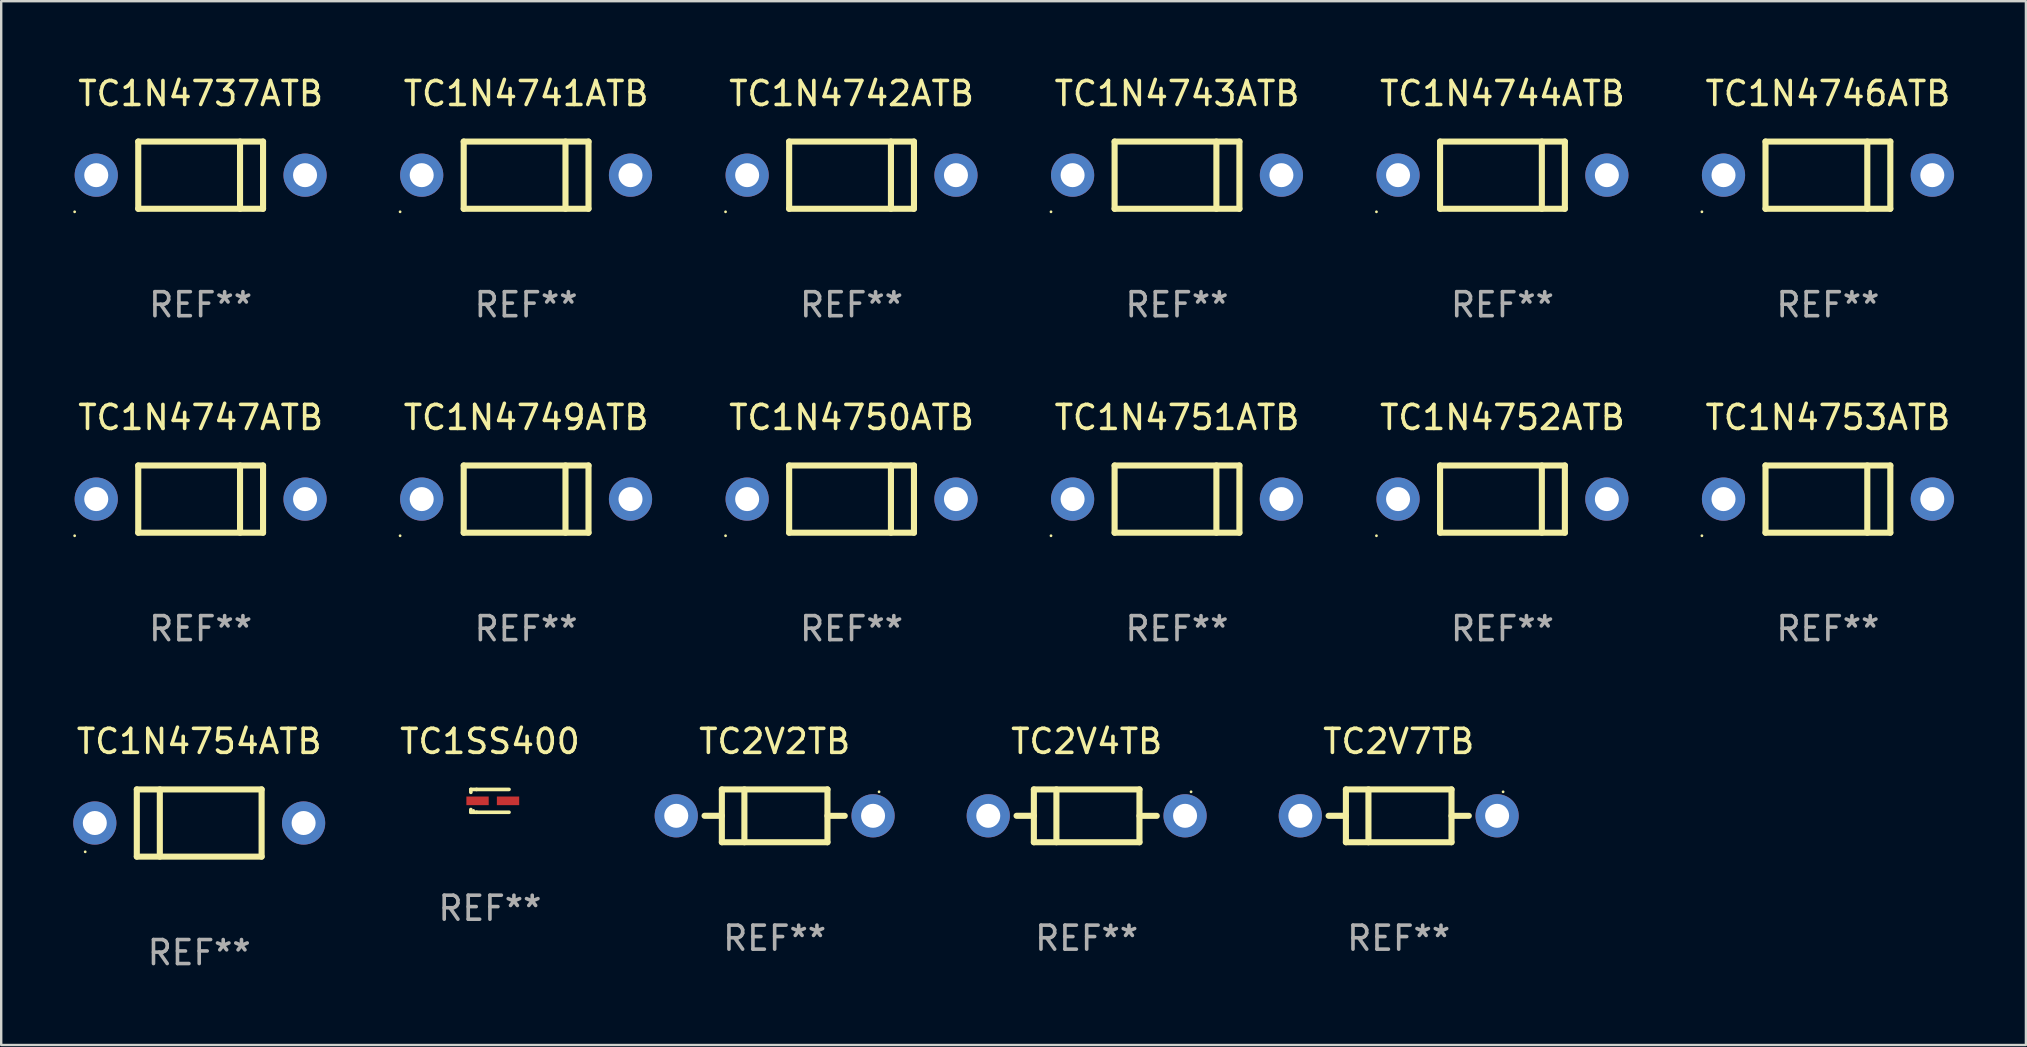
<source format=kicad_pcb>
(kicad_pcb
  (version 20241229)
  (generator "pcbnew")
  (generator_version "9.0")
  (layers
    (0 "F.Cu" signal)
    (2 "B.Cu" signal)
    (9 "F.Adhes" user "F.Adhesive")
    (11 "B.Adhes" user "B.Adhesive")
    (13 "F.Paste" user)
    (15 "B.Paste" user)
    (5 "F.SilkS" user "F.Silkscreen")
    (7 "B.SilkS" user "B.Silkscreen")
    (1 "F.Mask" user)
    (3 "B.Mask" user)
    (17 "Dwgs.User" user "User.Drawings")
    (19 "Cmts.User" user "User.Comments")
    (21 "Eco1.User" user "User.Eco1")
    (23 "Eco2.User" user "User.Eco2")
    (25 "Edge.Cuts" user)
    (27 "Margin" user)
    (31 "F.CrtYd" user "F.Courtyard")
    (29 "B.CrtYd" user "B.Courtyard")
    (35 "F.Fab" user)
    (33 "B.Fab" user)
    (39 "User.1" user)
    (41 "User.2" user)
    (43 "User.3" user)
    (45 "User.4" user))
  (footprint "TC1N4750ATB"
    (layer "F.Cu")
    (at 32.43 17.745)
    (property "Reference" "TC1N4750ATB" (at 0 -3.4 0) (layer "F.SilkS") (effects (font (size 1 1) (thickness 0.15))))
    (attr through_hole)
    (fp_line (start -2.6 1.4) (end -2.6 -1.4) (stroke (width 0.254) (type solid)) (layer "F.SilkS"))
    (fp_line (start 1.641 1.4) (end 1.641 -1.4) (stroke (width 0.254) (type solid)) (layer "F.SilkS"))
    (fp_line (start 2.6 -1.4) (end -2.6 -1.4) (stroke (width 0.254) (type solid)) (layer "F.SilkS"))
    (fp_line (start 2.6 1.4) (end -2.6 1.4) (stroke (width 0.254) (type solid)) (layer "F.SilkS"))
    (fp_line (start 2.6 1.4) (end 2.6 -1.4) (stroke (width 0.254) (type solid)) (layer "F.SilkS"))
    (fp_circle (center -5.25 1.527) (end -5.22 1.527) (stroke (width 0.06) (type solid)) (fill no) (layer "F.SilkS"))
    (fp_text user "REF**" (at 0 5.4 0) (layer "F.Fab") (effects (font (size 1 1) (thickness 0.15))))
    (pad "1" thru_hole circle (at -4.35 0) (size 1.8 1.8) (drill 1) (layers "*.Cu" "*.Mask"))
    (pad "2" thru_hole circle (at 4.35 0) (size 1.8 1.8) (drill 1) (layers "*.Cu" "*.Mask")))
  (footprint "TC1N4746ATB"
    (layer "F.Cu")
    (at 73.11 4.248)
    (property "Reference" "TC1N4746ATB" (at 0 -3.4 0) (layer "F.SilkS") (effects (font (size 1 1) (thickness 0.15))))
    (attr through_hole)
    (fp_line (start -2.6 1.4) (end -2.6 -1.4) (stroke (width 0.254) (type solid)) (layer "F.SilkS"))
    (fp_line (start 1.641 1.4) (end 1.641 -1.4) (stroke (width 0.254) (type solid)) (layer "F.SilkS"))
    (fp_line (start 2.6 -1.4) (end -2.6 -1.4) (stroke (width 0.254) (type solid)) (layer "F.SilkS"))
    (fp_line (start 2.6 1.4) (end -2.6 1.4) (stroke (width 0.254) (type solid)) (layer "F.SilkS"))
    (fp_line (start 2.6 1.4) (end 2.6 -1.4) (stroke (width 0.254) (type solid)) (layer "F.SilkS"))
    (fp_circle (center -5.25 1.527) (end -5.22 1.527) (stroke (width 0.06) (type solid)) (fill no) (layer "F.SilkS"))
    (fp_text user "REF**" (at 0 5.4 0) (layer "F.Fab") (effects (font (size 1 1) (thickness 0.15))))
    (pad "1" thru_hole circle (at -4.35 0) (size 1.8 1.8) (drill 1) (layers "*.Cu" "*.Mask"))
    (pad "2" thru_hole circle (at 4.35 0) (size 1.8 1.8) (drill 1) (layers "*.Cu" "*.Mask")))
  (footprint "TC1N4754ATB"
    (layer "F.Cu")
    (at 5.25 31.241)
    (property "Reference" "TC1N4754ATB" (at 0 -3.4 0) (layer "F.SilkS") (effects (font (size 1 1) (thickness 0.15))))
    (attr through_hole)
    (fp_line (start -2.6 -1.4) (end -2.6 1.4) (stroke (width 0.254) (type solid)) (layer "F.SilkS"))
    (fp_line (start -2.6 -1.4) (end 2.6 -1.4) (stroke (width 0.254) (type solid)) (layer "F.SilkS"))
    (fp_line (start -2.6 1.4) (end 2.6 1.4) (stroke (width 0.254) (type solid)) (layer "F.SilkS"))
    (fp_line (start -1.641 -1.4) (end -1.641 1.4) (stroke (width 0.254) (type solid)) (layer "F.SilkS"))
    (fp_line (start 2.6 -1.4) (end 2.6 1.4) (stroke (width 0.254) (type solid)) (layer "F.SilkS"))
    (fp_circle (center -4.75 1.2) (end -4.72 1.2) (stroke (width 0.06) (type solid)) (fill no) (layer "F.SilkS"))
    (fp_text user "REF**" (at 0 5.4 0) (layer "F.Fab") (effects (font (size 1 1) (thickness 0.15))))
    (pad "1" thru_hole circle (at -4.35 0) (size 1.8 1.8) (drill 1) (layers "*.Cu" "*.Mask"))
    (pad "2" thru_hole circle (at 4.35 0) (size 1.8 1.8) (drill 1) (layers "*.Cu" "*.Mask")))
  (footprint "TC1N4742ATB"
    (layer "F.Cu")
    (at 32.43 4.248)
    (property "Reference" "TC1N4742ATB" (at 0 -3.4 0) (layer "F.SilkS") (effects (font (size 1 1) (thickness 0.15))))
    (attr through_hole)
    (fp_line (start -2.6 1.4) (end -2.6 -1.4) (stroke (width 0.254) (type solid)) (layer "F.SilkS"))
    (fp_line (start 1.641 1.4) (end 1.641 -1.4) (stroke (width 0.254) (type solid)) (layer "F.SilkS"))
    (fp_line (start 2.6 -1.4) (end -2.6 -1.4) (stroke (width 0.254) (type solid)) (layer "F.SilkS"))
    (fp_line (start 2.6 1.4) (end -2.6 1.4) (stroke (width 0.254) (type solid)) (layer "F.SilkS"))
    (fp_line (start 2.6 1.4) (end 2.6 -1.4) (stroke (width 0.254) (type solid)) (layer "F.SilkS"))
    (fp_circle (center -5.25 1.527) (end -5.22 1.527) (stroke (width 0.06) (type solid)) (fill no) (layer "F.SilkS"))
    (fp_text user "REF**" (at 0 5.4 0) (layer "F.Fab") (effects (font (size 1 1) (thickness 0.15))))
    (pad "1" thru_hole circle (at -4.35 0) (size 1.8 1.8) (drill 1) (layers "*.Cu" "*.Mask"))
    (pad "2" thru_hole circle (at 4.35 0) (size 1.8 1.8) (drill 1) (layers "*.Cu" "*.Mask")))
  (footprint "TC1N4752ATB"
    (layer "F.Cu")
    (at 59.55 17.745)
    (property "Reference" "TC1N4752ATB" (at 0 -3.4 0) (layer "F.SilkS") (effects (font (size 1 1) (thickness 0.15))))
    (attr through_hole)
    (fp_line (start -2.6 1.4) (end -2.6 -1.4) (stroke (width 0.254) (type solid)) (layer "F.SilkS"))
    (fp_line (start 1.641 1.4) (end 1.641 -1.4) (stroke (width 0.254) (type solid)) (layer "F.SilkS"))
    (fp_line (start 2.6 -1.4) (end -2.6 -1.4) (stroke (width 0.254) (type solid)) (layer "F.SilkS"))
    (fp_line (start 2.6 1.4) (end -2.6 1.4) (stroke (width 0.254) (type solid)) (layer "F.SilkS"))
    (fp_line (start 2.6 1.4) (end 2.6 -1.4) (stroke (width 0.254) (type solid)) (layer "F.SilkS"))
    (fp_circle (center -5.25 1.527) (end -5.22 1.527) (stroke (width 0.06) (type solid)) (fill no) (layer "F.SilkS"))
    (fp_text user "REF**" (at 0 5.4 0) (layer "F.Fab") (effects (font (size 1 1) (thickness 0.15))))
    (pad "1" thru_hole circle (at -4.35 0) (size 1.8 1.8) (drill 1) (layers "*.Cu" "*.Mask"))
    (pad "2" thru_hole circle (at 4.35 0) (size 1.8 1.8) (drill 1) (layers "*.Cu" "*.Mask")))
  (footprint "TC1N4743ATB"
    (layer "F.Cu")
    (at 45.99 4.248)
    (property "Reference" "TC1N4743ATB" (at 0 -3.4 0) (layer "F.SilkS") (effects (font (size 1 1) (thickness 0.15))))
    (attr through_hole)
    (fp_line (start -2.6 1.4) (end -2.6 -1.4) (stroke (width 0.254) (type solid)) (layer "F.SilkS"))
    (fp_line (start 1.641 1.4) (end 1.641 -1.4) (stroke (width 0.254) (type solid)) (layer "F.SilkS"))
    (fp_line (start 2.6 -1.4) (end -2.6 -1.4) (stroke (width 0.254) (type solid)) (layer "F.SilkS"))
    (fp_line (start 2.6 1.4) (end -2.6 1.4) (stroke (width 0.254) (type solid)) (layer "F.SilkS"))
    (fp_line (start 2.6 1.4) (end 2.6 -1.4) (stroke (width 0.254) (type solid)) (layer "F.SilkS"))
    (fp_circle (center -5.25 1.527) (end -5.22 1.527) (stroke (width 0.06) (type solid)) (fill no) (layer "F.SilkS"))
    (fp_text user "REF**" (at 0 5.4 0) (layer "F.Fab") (effects (font (size 1 1) (thickness 0.15))))
    (pad "1" thru_hole circle (at -4.35 0) (size 1.8 1.8) (drill 1) (layers "*.Cu" "*.Mask"))
    (pad "2" thru_hole circle (at 4.35 0) (size 1.8 1.8) (drill 1) (layers "*.Cu" "*.Mask")))
  (footprint "TC2V2TB"
    (layer "F.Cu")
    (at 29.226 30.941)
    (property "Reference" "TC2V2TB" (at 0 -3.1 0) (layer "F.SilkS") (effects (font (size 1 1) (thickness 0.15))))
    (attr through_hole)
    (fp_line (start -2.2 -1.1) (end -2.2 1.1) (stroke (width 0.254) (type solid)) (layer "F.SilkS"))
    (fp_line (start -2.2 -1.1) (end 2.2 -1.1) (stroke (width 0.254) (type solid)) (layer "F.SilkS"))
    (fp_line (start -2.2 -0.001) (end -2.921 -0.001) (stroke (width 0.254) (type solid)) (layer "F.SilkS"))
    (fp_line (start -2.2 1.1) (end 2.2 1.1) (stroke (width 0.254) (type solid)) (layer "F.SilkS"))
    (fp_line (start -1.261 -1.1) (end -1.261 1.1) (stroke (width 0.254) (type solid)) (layer "F.SilkS"))
    (fp_line (start 2.2 -1.1) (end 2.2 1.1) (stroke (width 0.254) (type solid)) (layer "F.SilkS"))
    (fp_line (start 2.2 0.001) (end 2.921 0.001) (stroke (width 0.254) (type solid)) (layer "F.SilkS"))
    (fp_circle (center 4.35 -1) (end 4.38 -1) (stroke (width 0.06) (type solid)) (fill no) (layer "F.SilkS"))
    (fp_text user "REF**" (at 0 5.1 0) (layer "F.Fab") (effects (font (size 1 1) (thickness 0.15))))
    (pad "1" thru_hole circle (at 4.1 0) (size 1.8 1.8) (drill 1) (layers "*.Cu" "*.Mask"))
    (pad "2" thru_hole circle (at -4.1 0) (size 1.8 1.8) (drill 1) (layers "*.Cu" "*.Mask")))
  (footprint "TC1N4751ATB"
    (layer "F.Cu")
    (at 45.99 17.745)
    (property "Reference" "TC1N4751ATB" (at 0 -3.4 0) (layer "F.SilkS") (effects (font (size 1 1) (thickness 0.15))))
    (attr through_hole)
    (fp_line (start -2.6 1.4) (end -2.6 -1.4) (stroke (width 0.254) (type solid)) (layer "F.SilkS"))
    (fp_line (start 1.641 1.4) (end 1.641 -1.4) (stroke (width 0.254) (type solid)) (layer "F.SilkS"))
    (fp_line (start 2.6 -1.4) (end -2.6 -1.4) (stroke (width 0.254) (type solid)) (layer "F.SilkS"))
    (fp_line (start 2.6 1.4) (end -2.6 1.4) (stroke (width 0.254) (type solid)) (layer "F.SilkS"))
    (fp_line (start 2.6 1.4) (end 2.6 -1.4) (stroke (width 0.254) (type solid)) (layer "F.SilkS"))
    (fp_circle (center -5.25 1.527) (end -5.22 1.527) (stroke (width 0.06) (type solid)) (fill no) (layer "F.SilkS"))
    (fp_text user "REF**" (at 0 5.4 0) (layer "F.Fab") (effects (font (size 1 1) (thickness 0.15))))
    (pad "1" thru_hole circle (at -4.35 0) (size 1.8 1.8) (drill 1) (layers "*.Cu" "*.Mask"))
    (pad "2" thru_hole circle (at 4.35 0) (size 1.8 1.8) (drill 1) (layers "*.Cu" "*.Mask")))
  (footprint "TC1N4753ATB"
    (layer "F.Cu")
    (at 73.11 17.745)
    (property "Reference" "TC1N4753ATB" (at 0 -3.4 0) (layer "F.SilkS") (effects (font (size 1 1) (thickness 0.15))))
    (attr through_hole)
    (fp_line (start -2.6 1.4) (end -2.6 -1.4) (stroke (width 0.254) (type solid)) (layer "F.SilkS"))
    (fp_line (start 1.641 1.4) (end 1.641 -1.4) (stroke (width 0.254) (type solid)) (layer "F.SilkS"))
    (fp_line (start 2.6 -1.4) (end -2.6 -1.4) (stroke (width 0.254) (type solid)) (layer "F.SilkS"))
    (fp_line (start 2.6 1.4) (end -2.6 1.4) (stroke (width 0.254) (type solid)) (layer "F.SilkS"))
    (fp_line (start 2.6 1.4) (end 2.6 -1.4) (stroke (width 0.254) (type solid)) (layer "F.SilkS"))
    (fp_circle (center -5.25 1.527) (end -5.22 1.527) (stroke (width 0.06) (type solid)) (fill no) (layer "F.SilkS"))
    (fp_text user "REF**" (at 0 5.4 0) (layer "F.Fab") (effects (font (size 1 1) (thickness 0.15))))
    (pad "1" thru_hole circle (at -4.35 0) (size 1.8 1.8) (drill 1) (layers "*.Cu" "*.Mask"))
    (pad "2" thru_hole circle (at 4.35 0) (size 1.8 1.8) (drill 1) (layers "*.Cu" "*.Mask")))
  (footprint "TC2V7TB"
    (layer "F.Cu")
    (at 55.227 30.941)
    (property "Reference" "TC2V7TB" (at 0 -3.1 0) (layer "F.SilkS") (effects (font (size 1 1) (thickness 0.15))))
    (attr through_hole)
    (fp_line (start -2.2 -1.1) (end -2.2 1.1) (stroke (width 0.254) (type solid)) (layer "F.SilkS"))
    (fp_line (start -2.2 -1.1) (end 2.2 -1.1) (stroke (width 0.254) (type solid)) (layer "F.SilkS"))
    (fp_line (start -2.2 -0.001) (end -2.921 -0.001) (stroke (width 0.254) (type solid)) (layer "F.SilkS"))
    (fp_line (start -2.2 1.1) (end 2.2 1.1) (stroke (width 0.254) (type solid)) (layer "F.SilkS"))
    (fp_line (start -1.261 -1.1) (end -1.261 1.1) (stroke (width 0.254) (type solid)) (layer "F.SilkS"))
    (fp_line (start 2.2 -1.1) (end 2.2 1.1) (stroke (width 0.254) (type solid)) (layer "F.SilkS"))
    (fp_line (start 2.2 0.001) (end 2.921 0.001) (stroke (width 0.254) (type solid)) (layer "F.SilkS"))
    (fp_circle (center 4.35 -1) (end 4.38 -1) (stroke (width 0.06) (type solid)) (fill no) (layer "F.SilkS"))
    (fp_text user "REF**" (at 0 5.1 0) (layer "F.Fab") (effects (font (size 1 1) (thickness 0.15))))
    (pad "1" thru_hole circle (at 4.1 0) (size 1.8 1.8) (drill 1) (layers "*.Cu" "*.Mask"))
    (pad "2" thru_hole circle (at -4.1 0) (size 1.8 1.8) (drill 1) (layers "*.Cu" "*.Mask")))
  (footprint "TC1N4744ATB"
    (layer "F.Cu")
    (at 59.55 4.248)
    (property "Reference" "TC1N4744ATB" (at 0 -3.4 0) (layer "F.SilkS") (effects (font (size 1 1) (thickness 0.15))))
    (attr through_hole)
    (fp_line (start -2.6 1.4) (end -2.6 -1.4) (stroke (width 0.254) (type solid)) (layer "F.SilkS"))
    (fp_line (start 1.641 1.4) (end 1.641 -1.4) (stroke (width 0.254) (type solid)) (layer "F.SilkS"))
    (fp_line (start 2.6 -1.4) (end -2.6 -1.4) (stroke (width 0.254) (type solid)) (layer "F.SilkS"))
    (fp_line (start 2.6 1.4) (end -2.6 1.4) (stroke (width 0.254) (type solid)) (layer "F.SilkS"))
    (fp_line (start 2.6 1.4) (end 2.6 -1.4) (stroke (width 0.254) (type solid)) (layer "F.SilkS"))
    (fp_circle (center -5.25 1.527) (end -5.22 1.527) (stroke (width 0.06) (type solid)) (fill no) (layer "F.SilkS"))
    (fp_text user "REF**" (at 0 5.4 0) (layer "F.Fab") (effects (font (size 1 1) (thickness 0.15))))
    (pad "1" thru_hole circle (at -4.35 0) (size 1.8 1.8) (drill 1) (layers "*.Cu" "*.Mask"))
    (pad "2" thru_hole circle (at 4.35 0) (size 1.8 1.8) (drill 1) (layers "*.Cu" "*.Mask")))
  (footprint "TC1N4737ATB"
    (layer "F.Cu")
    (at 5.31 4.248)
    (property "Reference" "TC1N4737ATB" (at 0 -3.4 0) (layer "F.SilkS") (effects (font (size 1 1) (thickness 0.15))))
    (attr through_hole)
    (fp_line (start -2.6 1.4) (end -2.6 -1.4) (stroke (width 0.254) (type solid)) (layer "F.SilkS"))
    (fp_line (start 1.641 1.4) (end 1.641 -1.4) (stroke (width 0.254) (type solid)) (layer "F.SilkS"))
    (fp_line (start 2.6 -1.4) (end -2.6 -1.4) (stroke (width 0.254) (type solid)) (layer "F.SilkS"))
    (fp_line (start 2.6 1.4) (end -2.6 1.4) (stroke (width 0.254) (type solid)) (layer "F.SilkS"))
    (fp_line (start 2.6 1.4) (end 2.6 -1.4) (stroke (width 0.254) (type solid)) (layer "F.SilkS"))
    (fp_circle (center -5.25 1.527) (end -5.22 1.527) (stroke (width 0.06) (type solid)) (fill no) (layer "F.SilkS"))
    (fp_text user "REF**" (at 0 5.4 0) (layer "F.Fab") (effects (font (size 1 1) (thickness 0.15))))
    (pad "1" thru_hole circle (at -4.35 0) (size 1.8 1.8) (drill 1) (layers "*.Cu" "*.Mask"))
    (pad "2" thru_hole circle (at 4.35 0) (size 1.8 1.8) (drill 1) (layers "*.Cu" "*.Mask")))
  (footprint "TC1SS400"
    (layer "F.Cu")
    (at 17.363 30.317)
    (property "Reference" "TC1SS400" (at 0 -2.476 0) (layer "F.SilkS") (effects (font (size 1 1) (thickness 0.15))))
    (attr through_hole)
    (fp_line (start -0.795 -0.476) (end -0.795 -0.356) (stroke (width 0.152) (type solid)) (layer "F.SilkS"))
    (fp_line (start -0.795 0.363) (end -0.795 0.476) (stroke (width 0.152) (type solid)) (layer "F.SilkS"))
    (fp_line (start -0.795 0.476) (end -0.557 0.476) (stroke (width 0.152) (type solid)) (layer "F.SilkS"))
    (fp_line (start -0.557 -0.476) (end -0.795 -0.476) (stroke (width 0.152) (type solid)) (layer "F.SilkS"))
    (fp_line (start -0.557 -0.476) (end 0.795 -0.476) (stroke (width 0.152) (type solid)) (layer "F.SilkS"))
    (fp_line (start -0.557 0.476) (end 0.795 0.476) (stroke (width 0.152) (type solid)) (layer "F.SilkS"))
    (fp_circle (center -0.681 0.4) (end -0.651 0.4) (stroke (width 0.06) (type solid)) (fill no) (layer "F.SilkS"))
    (fp_text user "REF**" (at 0 4.476 0) (layer "F.Fab") (effects (font (size 1 1) (thickness 0.15))))
    (pad "1" smd rect (at -0.516 0 180) (size 0.93 0.36) (layers "F.Cu" "F.Mask" "F.Paste"))
    (pad "2" smd rect (at 0.754 0 180) (size 0.93 0.36) (layers "F.Cu" "F.Mask" "F.Paste")))
  (footprint "TC1N4741ATB"
    (layer "F.Cu")
    (at 18.87 4.248)
    (property "Reference" "TC1N4741ATB" (at 0 -3.4 0) (layer "F.SilkS") (effects (font (size 1 1) (thickness 0.15))))
    (attr through_hole)
    (fp_line (start -2.6 1.4) (end -2.6 -1.4) (stroke (width 0.254) (type solid)) (layer "F.SilkS"))
    (fp_line (start 1.641 1.4) (end 1.641 -1.4) (stroke (width 0.254) (type solid)) (layer "F.SilkS"))
    (fp_line (start 2.6 -1.4) (end -2.6 -1.4) (stroke (width 0.254) (type solid)) (layer "F.SilkS"))
    (fp_line (start 2.6 1.4) (end -2.6 1.4) (stroke (width 0.254) (type solid)) (layer "F.SilkS"))
    (fp_line (start 2.6 1.4) (end 2.6 -1.4) (stroke (width 0.254) (type solid)) (layer "F.SilkS"))
    (fp_circle (center -5.25 1.527) (end -5.22 1.527) (stroke (width 0.06) (type solid)) (fill no) (layer "F.SilkS"))
    (fp_text user "REF**" (at 0 5.4 0) (layer "F.Fab") (effects (font (size 1 1) (thickness 0.15))))
    (pad "1" thru_hole circle (at -4.35 0) (size 1.8 1.8) (drill 1) (layers "*.Cu" "*.Mask"))
    (pad "2" thru_hole circle (at 4.35 0) (size 1.8 1.8) (drill 1) (layers "*.Cu" "*.Mask")))
  (footprint "TC2V4TB"
    (layer "F.Cu")
    (at 42.226 30.941)
    (property "Reference" "TC2V4TB" (at 0 -3.1 0) (layer "F.SilkS") (effects (font (size 1 1) (thickness 0.15))))
    (attr through_hole)
    (fp_line (start -2.2 -1.1) (end -2.2 1.1) (stroke (width 0.254) (type solid)) (layer "F.SilkS"))
    (fp_line (start -2.2 -1.1) (end 2.2 -1.1) (stroke (width 0.254) (type solid)) (layer "F.SilkS"))
    (fp_line (start -2.2 -0.001) (end -2.921 -0.001) (stroke (width 0.254) (type solid)) (layer "F.SilkS"))
    (fp_line (start -2.2 1.1) (end 2.2 1.1) (stroke (width 0.254) (type solid)) (layer "F.SilkS"))
    (fp_line (start -1.261 -1.1) (end -1.261 1.1) (stroke (width 0.254) (type solid)) (layer "F.SilkS"))
    (fp_line (start 2.2 -1.1) (end 2.2 1.1) (stroke (width 0.254) (type solid)) (layer "F.SilkS"))
    (fp_line (start 2.2 0.001) (end 2.921 0.001) (stroke (width 0.254) (type solid)) (layer "F.SilkS"))
    (fp_circle (center 4.35 -1) (end 4.38 -1) (stroke (width 0.06) (type solid)) (fill no) (layer "F.SilkS"))
    (fp_text user "REF**" (at 0 5.1 0) (layer "F.Fab") (effects (font (size 1 1) (thickness 0.15))))
    (pad "1" thru_hole circle (at 4.1 0) (size 1.8 1.8) (drill 1) (layers "*.Cu" "*.Mask"))
    (pad "2" thru_hole circle (at -4.1 0) (size 1.8 1.8) (drill 1) (layers "*.Cu" "*.Mask")))
  (footprint "TC1N4749ATB"
    (layer "F.Cu")
    (at 18.87 17.745)
    (property "Reference" "TC1N4749ATB" (at 0 -3.4 0) (layer "F.SilkS") (effects (font (size 1 1) (thickness 0.15))))
    (attr through_hole)
    (fp_line (start -2.6 1.4) (end -2.6 -1.4) (stroke (width 0.254) (type solid)) (layer "F.SilkS"))
    (fp_line (start 1.641 1.4) (end 1.641 -1.4) (stroke (width 0.254) (type solid)) (layer "F.SilkS"))
    (fp_line (start 2.6 -1.4) (end -2.6 -1.4) (stroke (width 0.254) (type solid)) (layer "F.SilkS"))
    (fp_line (start 2.6 1.4) (end -2.6 1.4) (stroke (width 0.254) (type solid)) (layer "F.SilkS"))
    (fp_line (start 2.6 1.4) (end 2.6 -1.4) (stroke (width 0.254) (type solid)) (layer "F.SilkS"))
    (fp_circle (center -5.25 1.527) (end -5.22 1.527) (stroke (width 0.06) (type solid)) (fill no) (layer "F.SilkS"))
    (fp_text user "REF**" (at 0 5.4 0) (layer "F.Fab") (effects (font (size 1 1) (thickness 0.15))))
    (pad "1" thru_hole circle (at -4.35 0) (size 1.8 1.8) (drill 1) (layers "*.Cu" "*.Mask"))
    (pad "2" thru_hole circle (at 4.35 0) (size 1.8 1.8) (drill 1) (layers "*.Cu" "*.Mask")))
  (footprint "TC1N4747ATB"
    (layer "F.Cu")
    (at 5.31 17.745)
    (property "Reference" "TC1N4747ATB" (at 0 -3.4 0) (layer "F.SilkS") (effects (font (size 1 1) (thickness 0.15))))
    (attr through_hole)
    (fp_line (start -2.6 1.4) (end -2.6 -1.4) (stroke (width 0.254) (type solid)) (layer "F.SilkS"))
    (fp_line (start 1.641 1.4) (end 1.641 -1.4) (stroke (width 0.254) (type solid)) (layer "F.SilkS"))
    (fp_line (start 2.6 -1.4) (end -2.6 -1.4) (stroke (width 0.254) (type solid)) (layer "F.SilkS"))
    (fp_line (start 2.6 1.4) (end -2.6 1.4) (stroke (width 0.254) (type solid)) (layer "F.SilkS"))
    (fp_line (start 2.6 1.4) (end 2.6 -1.4) (stroke (width 0.254) (type solid)) (layer "F.SilkS"))
    (fp_circle (center -5.25 1.527) (end -5.22 1.527) (stroke (width 0.06) (type solid)) (fill no) (layer "F.SilkS"))
    (fp_text user "REF**" (at 0 5.4 0) (layer "F.Fab") (effects (font (size 1 1) (thickness 0.15))))
    (pad "1" thru_hole circle (at -4.35 0) (size 1.8 1.8) (drill 1) (layers "*.Cu" "*.Mask"))
    (pad "2" thru_hole circle (at 4.35 0) (size 1.8 1.8) (drill 1) (layers "*.Cu" "*.Mask")))
  (gr_rect
    (start -3 -3)
    (end 81.36 40.489)
    (stroke (width 0.1) (type default))
    (fill no)
    (layer "Edge.Cuts")))
</source>
